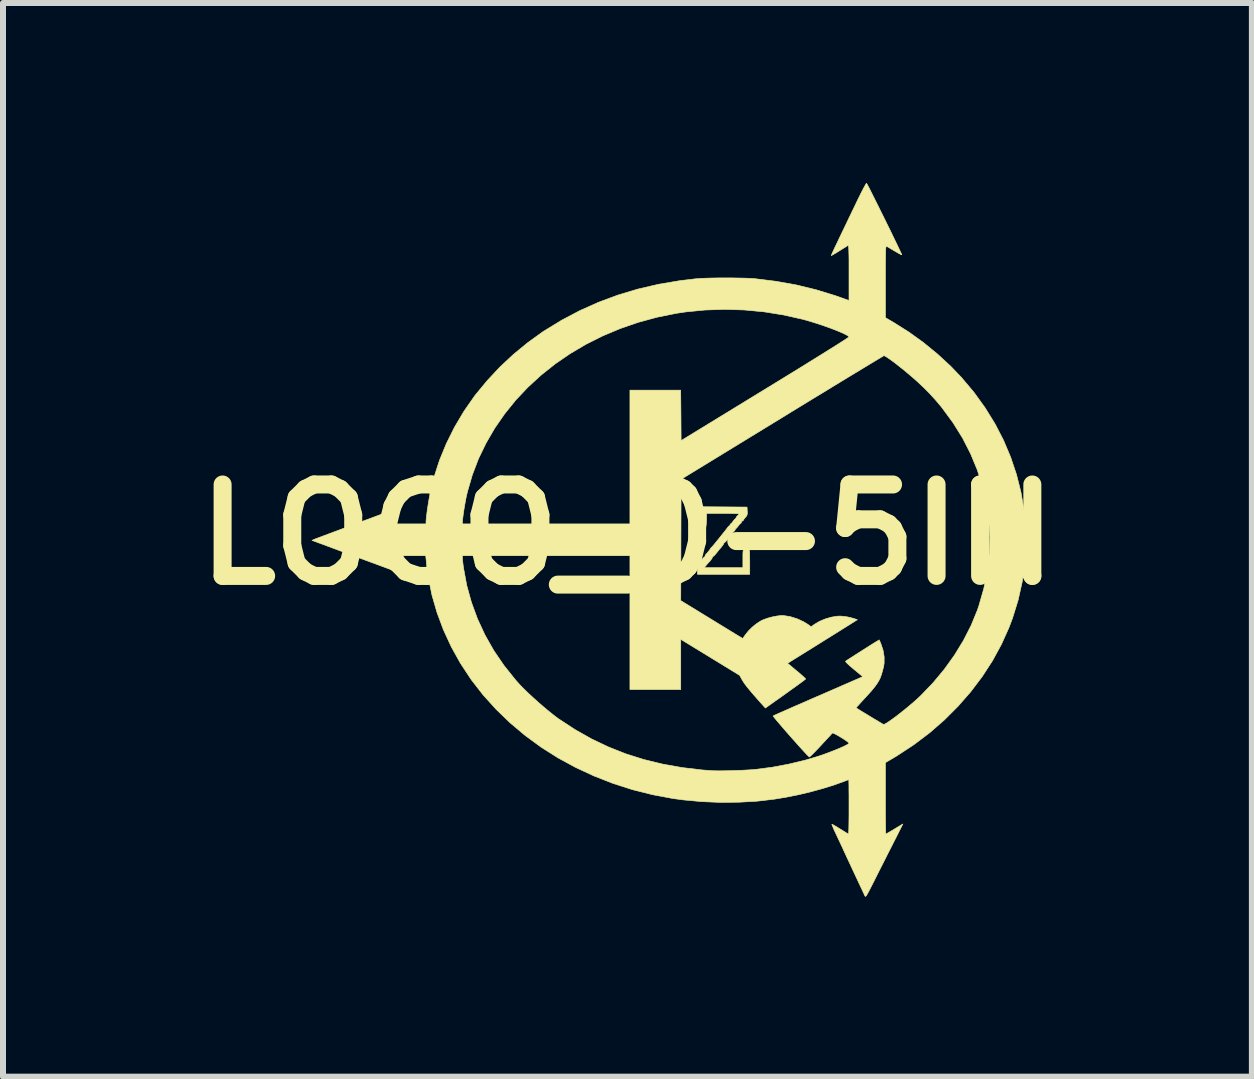
<source format=kicad_pcb>
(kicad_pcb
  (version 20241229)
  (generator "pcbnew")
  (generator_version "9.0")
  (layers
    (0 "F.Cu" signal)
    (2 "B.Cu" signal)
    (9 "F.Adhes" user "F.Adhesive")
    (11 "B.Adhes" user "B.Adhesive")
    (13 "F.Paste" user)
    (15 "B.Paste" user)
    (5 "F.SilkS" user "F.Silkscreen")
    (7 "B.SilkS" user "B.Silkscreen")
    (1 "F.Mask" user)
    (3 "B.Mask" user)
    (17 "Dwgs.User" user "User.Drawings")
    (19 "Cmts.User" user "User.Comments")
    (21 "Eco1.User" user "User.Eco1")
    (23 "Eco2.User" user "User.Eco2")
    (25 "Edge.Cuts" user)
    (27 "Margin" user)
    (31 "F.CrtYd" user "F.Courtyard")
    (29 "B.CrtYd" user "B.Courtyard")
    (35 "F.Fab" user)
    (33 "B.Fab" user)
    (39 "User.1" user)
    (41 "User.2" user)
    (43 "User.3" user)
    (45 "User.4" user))
  (footprint "LOGO_0-5IN"
    (layer "F.Cu")
    (at 8.045 5.861)
    (property "Reference" "LOGO_0-5IN" (at -0.635 0 0) (layer "F.SilkS") (effects (font (size 1.524 1.524) (thickness 0.3))))
    (attr through_hole)
    (fp_poly (pts (xy 1.358 -0.458) (xy 1.362 -0.391) (xy 1.363 -0.35) (xy 1.358 -0.324) (xy 1.345 -0.302) (xy 1.334 -0.29) (xy 1.313 -0.266) (xy 1.302 -0.248) (xy 1.302 -0.245) (xy 1.292 -0.232) (xy 1.283 -0.228) (xy 1.266 -0.213) (xy 1.264 -0.205) (xy 1.258 -0.19) (xy 1.254 -0.188) (xy 1.242 -0.179) (xy 1.223 -0.157) (xy 1.213 -0.144) (xy 1.192 -0.118) (xy 1.177 -0.102) (xy 1.172 -0.1) (xy 1.163 -0.091) (xy 1.163 -0.085) (xy 1.154 -0.067) (xy 1.137 -0.05) (xy 1.118 -0.03) (xy 1.112 -0.016) (xy 1.106 -0.000211) (xy 1.103 0.002) (xy 1.091 0.012) (xy 1.07 0.036) (xy 1.044 0.068) (xy 1.044 0.069) (xy 1.018 0.101) (xy 0.996 0.123) (xy 0.984 0.133) (xy 0.984 0.133) (xy 0.973 0.141) (xy 0.973 0.144) (xy 0.966 0.159) (xy 0.95 0.183) (xy 0.93 0.209) (xy 0.913 0.229) (xy 0.91 0.232) (xy 0.9 0.243) (xy 0.88 0.268) (xy 0.855 0.3) (xy 0.854 0.301) (xy 0.828 0.333) (xy 0.807 0.355) (xy 0.794 0.364) (xy 0.794 0.364) (xy 0.784 0.373) (xy 0.783 0.376) (xy 0.777 0.391) (xy 0.761 0.415) (xy 0.741 0.441) (xy 0.723 0.461) (xy 0.72 0.464) (xy 0.709 0.475) (xy 0.689 0.498) (xy 0.679 0.511) (xy 0.643 0.552) (xy 1.289 0.552) (xy 1.289 0.403) (xy 1.289 0.343) (xy 1.29 0.302) (xy 1.293 0.274) (xy 1.298 0.257) (xy 1.305 0.247) (xy 1.317 0.239) (xy 1.32 0.237) (xy 1.348 0.226) (xy 1.374 0.23) (xy 1.377 0.232) (xy 1.386 0.237) (xy 1.392 0.245) (xy 1.397 0.259) (xy 1.4 0.282) (xy 1.402 0.317) (xy 1.402 0.368) (xy 1.403 0.437) (xy 1.403 0.453) (xy 1.403 0.663) (xy 0.531 0.663) (xy 0.531 0.587) (xy 0.532 0.546) (xy 0.538 0.516) (xy 0.551 0.488) (xy 0.575 0.453) (xy 0.583 0.443) (xy 0.61 0.411) (xy 0.632 0.386) (xy 0.645 0.376) (xy 0.646 0.375) (xy 0.656 0.367) (xy 0.657 0.36) (xy 0.665 0.338) (xy 0.673 0.329) (xy 0.692 0.309) (xy 0.714 0.282) (xy 0.734 0.257) (xy 0.745 0.24) (xy 0.746 0.237) (xy 0.753 0.226) (xy 0.771 0.208) (xy 0.793 0.184) (xy 0.82 0.152) (xy 0.831 0.139) (xy 0.852 0.112) (xy 0.868 0.093) (xy 0.872 0.088) (xy 0.883 0.075) (xy 0.891 0.065) (xy 0.904 0.048) (xy 0.928 0.018) (xy 0.956 -0.017) (xy 0.96 -0.022) (xy 0.99 -0.059) (xy 1.016 -0.093) (xy 1.033 -0.116) (xy 1.034 -0.117) (xy 1.05 -0.137) (xy 1.062 -0.144) (xy 1.073 -0.153) (xy 1.074 -0.16) (xy 1.08 -0.175) (xy 1.084 -0.177) (xy 1.096 -0.185) (xy 1.115 -0.207) (xy 1.125 -0.221) (xy 1.145 -0.247) (xy 1.161 -0.263) (xy 1.166 -0.265) (xy 1.174 -0.274) (xy 1.175 -0.28) (xy 1.184 -0.298) (xy 1.2 -0.315) (xy 1.219 -0.333) (xy 1.226 -0.344) (xy 1.214 -0.347) (xy 1.18 -0.349) (xy 1.129 -0.351) (xy 1.063 -0.353) (xy 0.986 -0.353) (xy 0.955 -0.353) (xy 0.685 -0.353) (xy 0.681 -0.228) (xy 0.677 -0.163) (xy 0.67 -0.118) (xy 0.66 -0.089) (xy 0.645 -0.072) (xy 0.623 -0.066) (xy 0.617 -0.066) (xy 0.596 -0.068) (xy 0.58 -0.075) (xy 0.569 -0.091) (xy 0.562 -0.118) (xy 0.558 -0.159) (xy 0.556 -0.216) (xy 0.556 -0.281) (xy 0.556 -0.464) (xy 1.358 -0.458)) (stroke (width 0.01) (type solid)) (fill yes) (layer "F.SilkS"))
    (fp_poly (pts (xy 3.358 -5.844) (xy 3.374 -5.814) (xy 3.398 -5.768) (xy 3.428 -5.709) (xy 3.463 -5.638) (xy 3.503 -5.558) (xy 3.547 -5.471) (xy 3.592 -5.379) (xy 3.639 -5.285) (xy 3.686 -5.189) (xy 3.732 -5.096) (xy 3.776 -5.006) (xy 3.816 -4.922) (xy 3.853 -4.846) (xy 3.884 -4.781) (xy 3.909 -4.728) (xy 3.927 -4.689) (xy 3.937 -4.667) (xy 3.938 -4.663) (xy 3.925 -4.667) (xy 3.897 -4.681) (xy 3.857 -4.704) (xy 3.814 -4.729) (xy 3.765 -4.758) (xy 3.723 -4.783) (xy 3.693 -4.801) (xy 3.68 -4.808) (xy 3.677 -4.806) (xy 3.674 -4.794) (xy 3.671 -4.772) (xy 3.669 -4.737) (xy 3.668 -4.689) (xy 3.667 -4.625) (xy 3.666 -4.545) (xy 3.665 -4.447) (xy 3.665 -4.329) (xy 3.665 -4.216) (xy 3.665 -3.615) (xy 3.801 -3.536) (xy 4.052 -3.378) (xy 4.297 -3.202) (xy 4.533 -3.009) (xy 4.754 -2.805) (xy 4.932 -2.619) (xy 5.141 -2.371) (xy 5.327 -2.113) (xy 5.492 -1.846) (xy 5.634 -1.571) (xy 5.753 -1.289) (xy 5.85 -1) (xy 5.924 -0.707) (xy 5.975 -0.41) (xy 6.003 -0.111) (xy 6.007 0.191) (xy 5.988 0.492) (xy 5.944 0.794) (xy 5.877 1.093) (xy 5.785 1.39) (xy 5.724 1.552) (xy 5.598 1.832) (xy 5.449 2.105) (xy 5.278 2.368) (xy 5.086 2.622) (xy 4.875 2.863) (xy 4.646 3.092) (xy 4.4 3.306) (xy 4.138 3.504) (xy 3.862 3.685) (xy 3.809 3.717) (xy 3.665 3.802) (xy 3.665 4.397) (xy 3.665 4.509) (xy 3.665 4.614) (xy 3.666 4.711) (xy 3.667 4.796) (xy 3.668 4.869) (xy 3.669 4.926) (xy 3.67 4.967) (xy 3.671 4.989) (xy 3.672 4.992) (xy 3.685 4.986) (xy 3.714 4.969) (xy 3.756 4.945) (xy 3.806 4.915) (xy 3.817 4.908) (xy 3.955 4.825) (xy 3.932 4.872) (xy 3.92 4.896) (xy 3.899 4.936) (xy 3.873 4.99) (xy 3.841 5.053) (xy 3.806 5.121) (xy 3.788 5.157) (xy 3.747 5.238) (xy 3.699 5.332) (xy 3.648 5.434) (xy 3.596 5.536) (xy 3.548 5.631) (xy 3.528 5.671) (xy 3.479 5.769) (xy 3.439 5.848) (xy 3.407 5.91) (xy 3.382 5.958) (xy 3.363 5.992) (xy 3.35 6.015) (xy 3.34 6.027) (xy 3.333 6.032) (xy 3.328 6.03) (xy 3.323 6.023) (xy 3.32 6.016) (xy 3.313 6.002) (xy 3.299 5.971) (xy 3.278 5.926) (xy 3.252 5.871) (xy 3.223 5.81) (xy 3.223 5.809) (xy 3.19 5.739) (xy 3.151 5.656) (xy 3.108 5.564) (xy 3.065 5.471) (xy 3.024 5.384) (xy 3.014 5.362) (xy 2.977 5.282) (xy 2.939 5.199) (xy 2.902 5.12) (xy 2.868 5.049) (xy 2.841 4.99) (xy 2.832 4.971) (xy 2.808 4.92) (xy 2.79 4.877) (xy 2.777 4.846) (xy 2.772 4.83) (xy 2.772 4.829) (xy 2.784 4.833) (xy 2.812 4.849) (xy 2.852 4.872) (xy 2.901 4.903) (xy 2.91 4.908) (xy 2.96 4.939) (xy 3.002 4.965) (xy 3.033 4.984) (xy 3.049 4.992) (xy 3.05 4.992) (xy 3.052 4.981) (xy 3.053 4.951) (xy 3.055 4.903) (xy 3.056 4.84) (xy 3.057 4.764) (xy 3.058 4.677) (xy 3.058 4.583) (xy 3.058 4.539) (xy 3.058 4.441) (xy 3.058 4.351) (xy 3.057 4.27) (xy 3.057 4.201) (xy 3.056 4.146) (xy 3.055 4.108) (xy 3.054 4.088) (xy 3.053 4.086) (xy 3.04 4.09) (xy 3.011 4.101) (xy 2.974 4.115) (xy 2.806 4.176) (xy 2.618 4.234) (xy 2.418 4.289) (xy 2.212 4.338) (xy 2.007 4.379) (xy 1.813 4.411) (xy 1.523 4.445) (xy 1.221 4.462) (xy 0.913 4.465) (xy 0.604 4.452) (xy 0.301 4.424) (xy 0.128 4.401) (xy -0.215 4.337) (xy -0.55 4.253) (xy -0.877 4.148) (xy -1.194 4.024) (xy -1.5 3.882) (xy -1.794 3.722) (xy -2.075 3.544) (xy -2.341 3.349) (xy -2.591 3.139) (xy -2.825 2.913) (xy -3.042 2.673) (xy -3.239 2.419) (xy -3.249 2.404) (xy -3.421 2.143) (xy -3.572 1.871) (xy -3.702 1.59) (xy -3.809 1.303) (xy -3.894 1.011) (xy -3.954 0.716) (xy -3.983 0.503) (xy -3.998 0.353) (xy -3.387 0.353) (xy -3.387 0.39) (xy -3.385 0.415) (xy -3.381 0.456) (xy -3.375 0.507) (xy -3.367 0.563) (xy -3.314 0.849) (xy -3.236 1.131) (xy -3.135 1.406) (xy -3.011 1.673) (xy -2.864 1.933) (xy -2.694 2.182) (xy -2.503 2.421) (xy -2.432 2.501) (xy -2.372 2.563) (xy -2.298 2.635) (xy -2.214 2.713) (xy -2.124 2.794) (xy -2.032 2.874) (xy -1.942 2.949) (xy -1.859 3.015) (xy -1.788 3.069) (xy -1.775 3.077) (xy -1.508 3.252) (xy -1.235 3.406) (xy -0.954 3.54) (xy -0.664 3.655) (xy -0.363 3.75) (xy -0.052 3.826) (xy 0.272 3.884) (xy 0.61 3.924) (xy 0.765 3.936) (xy 0.819 3.938) (xy 0.893 3.939) (xy 0.982 3.938) (xy 1.08 3.936) (xy 1.181 3.933) (xy 1.281 3.929) (xy 1.374 3.924) (xy 1.454 3.919) (xy 1.504 3.914) (xy 1.777 3.879) (xy 2.053 3.827) (xy 2.325 3.762) (xy 2.54 3.698) (xy 2.626 3.669) (xy 2.713 3.637) (xy 2.796 3.605) (xy 2.874 3.574) (xy 2.941 3.545) (xy 2.996 3.519) (xy 3.036 3.498) (xy 3.056 3.483) (xy 3.058 3.479) (xy 3.048 3.466) (xy 3.023 3.446) (xy 2.985 3.419) (xy 2.941 3.391) (xy 2.895 3.363) (xy 2.851 3.338) (xy 2.814 3.319) (xy 2.789 3.309) (xy 2.781 3.309) (xy 2.77 3.32) (xy 2.747 3.346) (xy 2.712 3.384) (xy 2.668 3.431) (xy 2.618 3.485) (xy 2.591 3.515) (xy 2.538 3.571) (xy 2.491 3.62) (xy 2.45 3.661) (xy 2.42 3.69) (xy 2.401 3.706) (xy 2.396 3.707) (xy 2.385 3.698) (xy 2.36 3.673) (xy 2.325 3.636) (xy 2.281 3.588) (xy 2.23 3.532) (xy 2.175 3.47) (xy 2.116 3.404) (xy 2.057 3.337) (xy 1.999 3.271) (xy 1.945 3.208) (xy 1.896 3.151) (xy 1.854 3.102) (xy 1.822 3.063) (xy 1.801 3.036) (xy 1.793 3.024) (xy 1.793 3.024) (xy 1.806 3.017) (xy 1.839 3.002) (xy 1.89 2.979) (xy 1.958 2.949) (xy 2.04 2.913) (xy 2.134 2.871) (xy 2.239 2.826) (xy 2.351 2.777) (xy 2.414 2.749) (xy 2.534 2.697) (xy 2.652 2.646) (xy 2.764 2.597) (xy 2.868 2.552) (xy 2.961 2.511) (xy 3.04 2.477) (xy 3.103 2.449) (xy 3.147 2.43) (xy 3.157 2.426) (xy 3.288 2.369) (xy 3.138 2.245) (xy 3.078 2.194) (xy 3.034 2.154) (xy 3.008 2.127) (xy 3 2.113) (xy 3.001 2.111) (xy 3.017 2.101) (xy 3.049 2.079) (xy 3.095 2.05) (xy 3.151 2.014) (xy 3.213 1.974) (xy 3.279 1.932) (xy 3.344 1.891) (xy 3.405 1.852) (xy 3.458 1.819) (xy 3.501 1.792) (xy 3.522 1.78) (xy 3.562 1.756) (xy 3.588 1.816) (xy 3.626 1.929) (xy 3.644 2.042) (xy 3.643 2.15) (xy 3.634 2.204) (xy 3.616 2.275) (xy 3.598 2.336) (xy 3.578 2.391) (xy 3.553 2.441) (xy 3.521 2.492) (xy 3.481 2.546) (xy 3.431 2.607) (xy 3.367 2.678) (xy 3.306 2.744) (xy 3.262 2.792) (xy 3.225 2.833) (xy 3.196 2.864) (xy 3.179 2.884) (xy 3.176 2.889) (xy 3.199 2.903) (xy 3.236 2.927) (xy 3.285 2.957) (xy 3.342 2.991) (xy 3.401 3.027) (xy 3.461 3.064) (xy 3.518 3.097) (xy 3.567 3.127) (xy 3.604 3.149) (xy 3.628 3.163) (xy 3.633 3.165) (xy 3.651 3.161) (xy 3.684 3.143) (xy 3.73 3.113) (xy 3.786 3.073) (xy 3.85 3.026) (xy 3.919 2.972) (xy 3.991 2.915) (xy 4.063 2.855) (xy 4.133 2.796) (xy 4.198 2.738) (xy 4.254 2.685) (xy 4.459 2.472) (xy 4.647 2.246) (xy 4.817 2.009) (xy 4.966 1.765) (xy 5.093 1.516) (xy 5.197 1.263) (xy 5.223 1.187) (xy 5.305 0.901) (xy 5.363 0.614) (xy 5.395 0.327) (xy 5.404 0.04) (xy 5.388 -0.245) (xy 5.348 -0.527) (xy 5.284 -0.805) (xy 5.196 -1.079) (xy 5.085 -1.347) (xy 4.951 -1.609) (xy 4.793 -1.863) (xy 4.613 -2.108) (xy 4.596 -2.13) (xy 4.499 -2.245) (xy 4.402 -2.351) (xy 4.298 -2.456) (xy 4.182 -2.564) (xy 4.108 -2.629) (xy 4.037 -2.689) (xy 3.965 -2.749) (xy 3.893 -2.806) (xy 3.826 -2.859) (xy 3.765 -2.904) (xy 3.713 -2.941) (xy 3.673 -2.967) (xy 3.647 -2.98) (xy 3.641 -2.982) (xy 3.629 -2.976) (xy 3.598 -2.957) (xy 3.549 -2.928) (xy 3.481 -2.887) (xy 3.398 -2.837) (xy 3.299 -2.777) (xy 3.187 -2.709) (xy 3.061 -2.633) (xy 2.923 -2.549) (xy 2.775 -2.459) (xy 2.617 -2.362) (xy 2.45 -2.261) (xy 2.275 -2.154) (xy 2.095 -2.044) (xy 1.944 -1.951) (xy 0.259 -0.921) (xy 0.253 1.101) (xy 0.666 1.354) (xy 0.761 1.412) (xy 0.854 1.469) (xy 0.942 1.523) (xy 1.021 1.571) (xy 1.089 1.613) (xy 1.143 1.646) (xy 1.179 1.668) (xy 1.183 1.67) (xy 1.286 1.733) (xy 1.334 1.665) (xy 1.386 1.602) (xy 1.449 1.54) (xy 1.519 1.484) (xy 1.587 1.44) (xy 1.62 1.424) (xy 1.691 1.397) (xy 1.77 1.375) (xy 1.849 1.359) (xy 1.921 1.35) (xy 1.965 1.35) (xy 2.078 1.368) (xy 2.193 1.404) (xy 2.302 1.454) (xy 2.373 1.498) (xy 2.426 1.537) (xy 2.48 1.498) (xy 2.564 1.448) (xy 2.661 1.407) (xy 2.763 1.377) (xy 2.862 1.361) (xy 2.906 1.359) (xy 2.964 1.363) (xy 3.033 1.373) (xy 3.101 1.389) (xy 3.156 1.405) (xy 3.197 1.42) (xy 2.942 1.58) (xy 2.811 1.662) (xy 2.679 1.744) (xy 2.55 1.825) (xy 2.428 1.901) (xy 2.317 1.97) (xy 2.219 2.031) (xy 2.151 2.073) (xy 2.034 2.146) (xy 2.186 2.273) (xy 2.237 2.315) (xy 2.28 2.353) (xy 2.312 2.382) (xy 2.331 2.401) (xy 2.335 2.407) (xy 2.331 2.412) (xy 2.318 2.422) (xy 2.296 2.439) (xy 2.264 2.463) (xy 2.219 2.496) (xy 2.161 2.538) (xy 2.088 2.59) (xy 1.999 2.654) (xy 1.893 2.73) (xy 1.827 2.776) (xy 1.664 2.892) (xy 1.639 2.864) (xy 1.546 2.76) (xy 1.469 2.672) (xy 1.406 2.598) (xy 1.356 2.537) (xy 1.318 2.487) (xy 1.291 2.446) (xy 1.281 2.43) (xy 1.235 2.347) (xy 0.253 1.746) (xy 0.253 2.584) (xy -0.594 2.584) (xy -0.594 0.353) (xy -3.387 0.353) (xy -3.998 0.353) (xy -4.343 0.353) (xy -4.434 0.354) (xy -4.515 0.354) (xy -4.585 0.355) (xy -4.639 0.357) (xy -4.674 0.358) (xy -4.688 0.36) (xy -4.688 0.36) (xy -4.681 0.372) (xy -4.663 0.397) (xy -4.636 0.432) (xy -4.604 0.472) (xy -4.571 0.514) (xy -4.538 0.554) (xy -4.513 0.584) (xy -4.481 0.62) (xy -4.525 0.604) (xy -4.545 0.597) (xy -4.585 0.582) (xy -4.644 0.56) (xy -4.72 0.532) (xy -4.809 0.499) (xy -4.91 0.462) (xy -5.021 0.421) (xy -5.138 0.377) (xy -5.187 0.359) (xy -5.307 0.315) (xy -5.42 0.273) (xy -5.525 0.234) (xy -5.62 0.199) (xy -5.701 0.168) (xy -5.768 0.144) (xy -5.816 0.126) (xy -5.845 0.115) (xy -5.85 0.113) (xy -5.894 0.097) (xy -5.863 0.083) (xy -5.847 0.076) (xy -5.811 0.062) (xy -5.756 0.042) (xy -5.686 0.015) (xy -5.602 -0.016) (xy -5.509 -0.051) (xy -5.407 -0.089) (xy -5.3 -0.129) (xy -5.191 -0.17) (xy -5.081 -0.211) (xy -4.974 -0.25) (xy -4.872 -0.288) (xy -4.778 -0.323) (xy -4.694 -0.355) (xy -4.622 -0.381) (xy -4.566 -0.402) (xy -4.528 -0.416) (xy -4.513 -0.421) (xy -4.483 -0.431) (xy -4.514 -0.395) (xy -4.535 -0.37) (xy -4.565 -0.333) (xy -4.6 -0.29) (xy -4.618 -0.268) (xy -4.69 -0.177) (xy -3.993 -0.177) (xy -3.993 -0.207) (xy -3.387 -0.207) (xy -3.387 -0.177) (xy -0.594 -0.177) (xy -0.594 -2.407) (xy 0.252 -2.407) (xy 0.256 -1.987) (xy 0.259 -1.566) (xy 1.655 -2.42) (xy 1.845 -2.536) (xy 2.024 -2.646) (xy 2.192 -2.749) (xy 2.347 -2.845) (xy 2.49 -2.934) (xy 2.619 -3.014) (xy 2.732 -3.085) (xy 2.831 -3.146) (xy 2.912 -3.198) (xy 2.976 -3.239) (xy 3.022 -3.269) (xy 3.049 -3.288) (xy 3.056 -3.294) (xy 3.047 -3.308) (xy 3.016 -3.327) (xy 2.967 -3.352) (xy 2.903 -3.38) (xy 2.827 -3.411) (xy 2.74 -3.444) (xy 2.647 -3.477) (xy 2.55 -3.51) (xy 2.451 -3.541) (xy 2.354 -3.57) (xy 2.285 -3.589) (xy 1.965 -3.661) (xy 1.64 -3.713) (xy 1.312 -3.744) (xy 0.983 -3.754) (xy 0.656 -3.743) (xy 0.332 -3.711) (xy 0.18 -3.688) (xy -0.142 -3.623) (xy -0.455 -3.538) (xy -0.756 -3.434) (xy -1.047 -3.312) (xy -1.325 -3.173) (xy -1.589 -3.017) (xy -1.84 -2.845) (xy -2.075 -2.658) (xy -2.295 -2.456) (xy -2.497 -2.242) (xy -2.681 -2.014) (xy -2.847 -1.775) (xy -2.992 -1.525) (xy -3.118 -1.265) (xy -3.221 -0.995) (xy -3.302 -0.717) (xy -3.323 -0.627) (xy -3.334 -0.57) (xy -3.346 -0.504) (xy -3.358 -0.434) (xy -3.369 -0.365) (xy -3.377 -0.302) (xy -3.384 -0.25) (xy -3.387 -0.214) (xy -3.387 -0.207) (xy -3.993 -0.207) (xy -3.993 -0.213) (xy -3.991 -0.246) (xy -3.986 -0.297) (xy -3.978 -0.36) (xy -3.969 -0.431) (xy -3.957 -0.506) (xy -3.945 -0.579) (xy -3.933 -0.647) (xy -3.929 -0.668) (xy -3.861 -0.953) (xy -3.769 -1.237) (xy -3.654 -1.517) (xy -3.518 -1.79) (xy -3.361 -2.055) (xy -3.185 -2.308) (xy -3.168 -2.33) (xy -2.974 -2.565) (xy -2.763 -2.791) (xy -2.535 -3.004) (xy -2.295 -3.201) (xy -2.045 -3.381) (xy -2.028 -3.392) (xy -1.734 -3.572) (xy -1.431 -3.732) (xy -1.118 -3.872) (xy -0.795 -3.992) (xy -0.462 -4.092) (xy -0.118 -4.172) (xy 0.238 -4.232) (xy 0.505 -4.264) (xy 0.573 -4.269) (xy 0.661 -4.273) (xy 0.764 -4.276) (xy 0.877 -4.278) (xy 0.996 -4.278) (xy 1.114 -4.278) (xy 1.228 -4.276) (xy 1.332 -4.274) (xy 1.421 -4.27) (xy 1.49 -4.265) (xy 1.491 -4.265) (xy 1.839 -4.222) (xy 2.18 -4.161) (xy 2.512 -4.08) (xy 2.831 -3.982) (xy 2.894 -3.96) (xy 3.058 -3.901) (xy 3.058 -4.364) (xy 3.058 -4.481) (xy 3.058 -4.578) (xy 3.057 -4.656) (xy 3.055 -4.716) (xy 3.054 -4.761) (xy 3.051 -4.792) (xy 3.048 -4.811) (xy 3.045 -4.819) (xy 3.042 -4.819) (xy 3.026 -4.81) (xy 2.995 -4.79) (xy 2.951 -4.763) (xy 2.901 -4.732) (xy 2.896 -4.729) (xy 2.847 -4.698) (xy 2.806 -4.674) (xy 2.776 -4.657) (xy 2.762 -4.651) (xy 2.762 -4.651) (xy 2.766 -4.662) (xy 2.778 -4.69) (xy 2.798 -4.734) (xy 2.824 -4.79) (xy 2.856 -4.856) (xy 2.891 -4.93) (xy 2.899 -4.947) (xy 2.944 -5.041) (xy 2.996 -5.148) (xy 3.05 -5.262) (xy 3.105 -5.376) (xy 3.157 -5.483) (xy 3.19 -5.553) (xy 3.228 -5.63) (xy 3.262 -5.699) (xy 3.293 -5.759) (xy 3.318 -5.806) (xy 3.337 -5.839) (xy 3.348 -5.855) (xy 3.35 -5.856) (xy 3.358 -5.844)) (stroke (width 0.01) (type solid)) (fill yes) (layer "F.SilkS")))
  (gr_rect
    (start -3 -3)
    (end 17.819 14.898)
    (stroke (width 0.1) (type default))
    (fill no)
    (layer "Edge.Cuts")))
</source>
